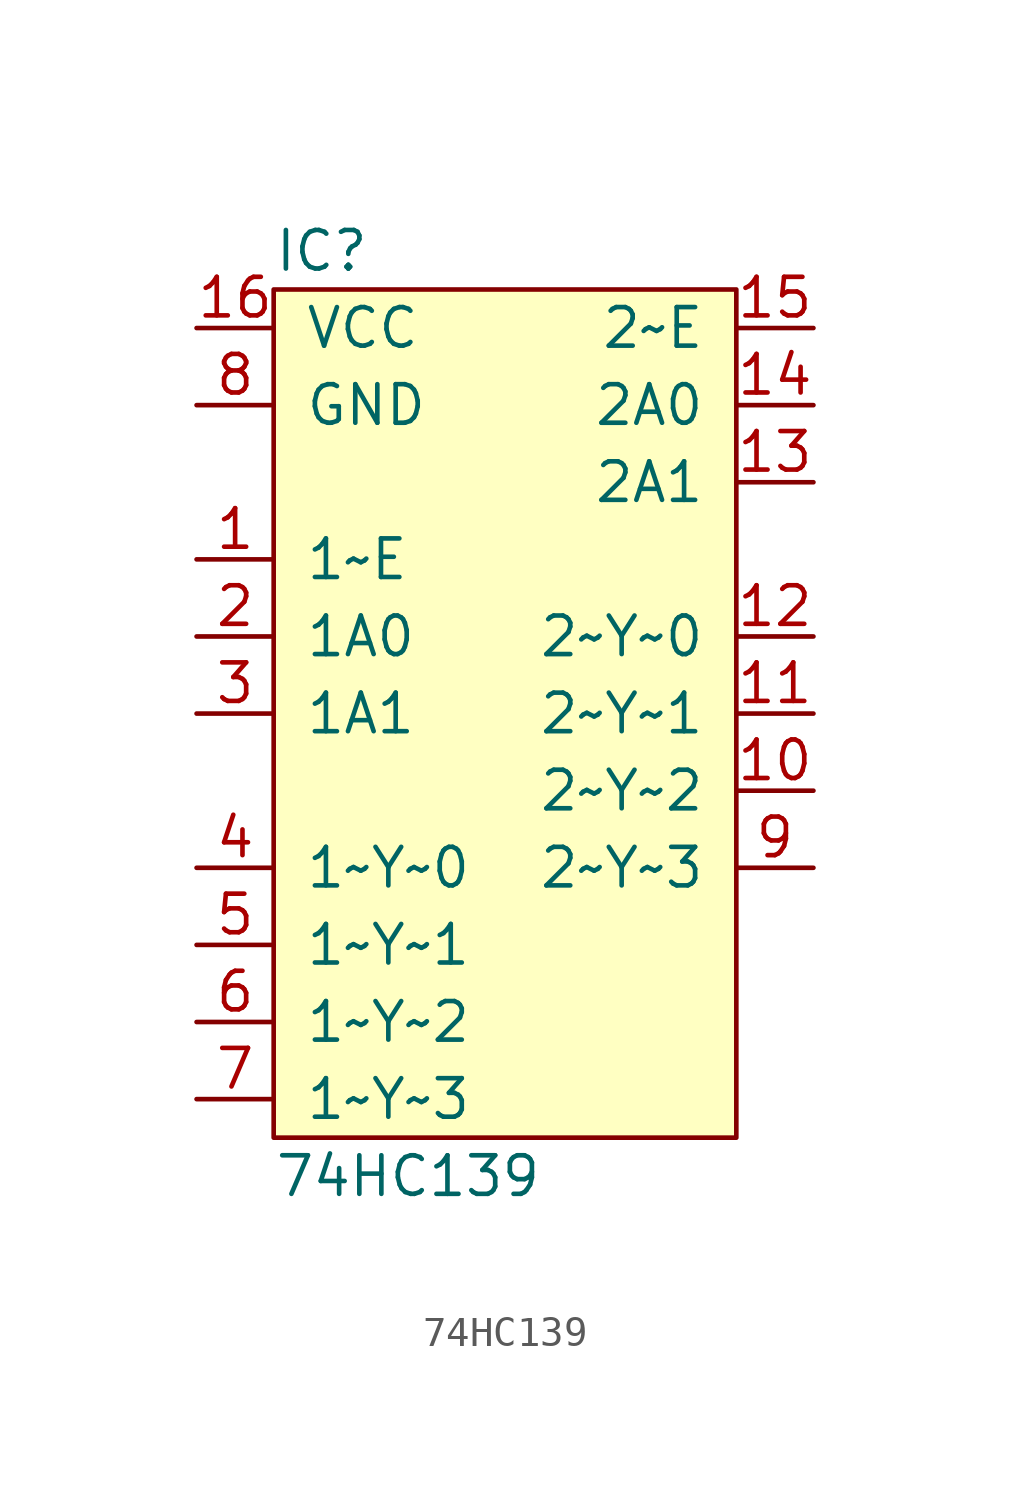
<source format=kicad_sym>
(kicad_symbol_lib
  (version 20211014)
  (generator agg_kicad.build_lib_ic)
  (symbol "74HC139"
    (pin_names
      (offset 1.016))
    (property Reference IC
      (at -7.62 15.24 0)
      (effects (font (size 1.27 1.27)) (justify left)))
    (property Value "74HC139"
      (at -7.62 -15.24 0)
      (effects (font (size 1.27 1.27)) (justify left)))
    (symbol "74HC139_0_0"
      (rectangle (start -7.62 13.97) (end 7.62 -13.97) (stroke (width 0) (type default) (color 0 0 0 0)) (fill (type background)))
      (pin power_in line (at -10.16 12.7 0) (length 2.54) (name VCC (effects (font (size 1.27 1.27)))) (number "16" (effects (font (size 1.27 1.27)))))
      (pin power_in line (at -10.16 10.16 0) (length 2.54) (name GND (effects (font (size 1.27 1.27)))) (number "8" (effects (font (size 1.27 1.27)))))
      (pin input line (at -10.16 5.08 0) (length 2.54) (name "1~E" (effects (font (size 1.27 1.27)))) (number "1" (effects (font (size 1.27 1.27)))))
      (pin input line (at -10.16 2.54 0) (length 2.54) (name "1A0" (effects (font (size 1.27 1.27)))) (number "2" (effects (font (size 1.27 1.27)))))
      (pin input line (at -10.16 0 0) (length 2.54) (name "1A1" (effects (font (size 1.27 1.27)))) (number "3" (effects (font (size 1.27 1.27)))))
      (pin output line (at -10.16 -5.08 0) (length 2.54) (name "1~Y~0" (effects (font (size 1.27 1.27)))) (number "4" (effects (font (size 1.27 1.27)))))
      (pin output line (at -10.16 -7.62 0) (length 2.54) (name "1~Y~1" (effects (font (size 1.27 1.27)))) (number "5" (effects (font (size 1.27 1.27)))))
      (pin output line (at -10.16 -10.16 0) (length 2.54) (name "1~Y~2" (effects (font (size 1.27 1.27)))) (number "6" (effects (font (size 1.27 1.27)))))
      (pin output line (at -10.16 -12.7 0) (length 2.54) (name "1~Y~3" (effects (font (size 1.27 1.27)))) (number "7" (effects (font (size 1.27 1.27)))))
      (pin input line (at 10.16 12.7 180) (length 2.54) (name "2~E" (effects (font (size 1.27 1.27)))) (number "15" (effects (font (size 1.27 1.27)))))
      (pin input line (at 10.16 10.16 180) (length 2.54) (name "2A0" (effects (font (size 1.27 1.27)))) (number "14" (effects (font (size 1.27 1.27)))))
      (pin input line (at 10.16 7.62 180) (length 2.54) (name "2A1" (effects (font (size 1.27 1.27)))) (number "13" (effects (font (size 1.27 1.27)))))
      (pin output line (at 10.16 2.54 180) (length 2.54) (name "2~Y~0" (effects (font (size 1.27 1.27)))) (number "12" (effects (font (size 1.27 1.27)))))
      (pin output line (at 10.16 0 180) (length 2.54) (name "2~Y~1" (effects (font (size 1.27 1.27)))) (number "11" (effects (font (size 1.27 1.27)))))
      (pin output line (at 10.16 -2.54 180) (length 2.54) (name "2~Y~2" (effects (font (size 1.27 1.27)))) (number "10" (effects (font (size 1.27 1.27)))))
      (pin output line (at 10.16 -5.08 180) (length 2.54) (name "2~Y~3" (effects (font (size 1.27 1.27)))) (number "9" (effects (font (size 1.27 1.27))))))))
</source>
